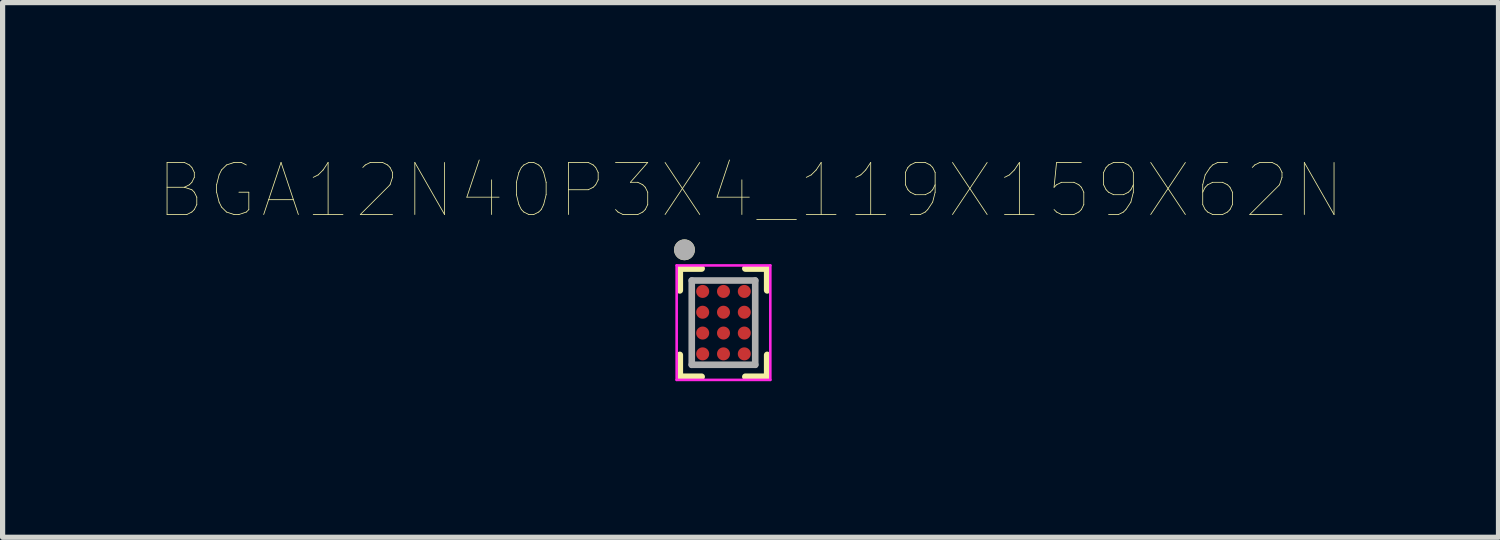
<source format=kicad_pcb>
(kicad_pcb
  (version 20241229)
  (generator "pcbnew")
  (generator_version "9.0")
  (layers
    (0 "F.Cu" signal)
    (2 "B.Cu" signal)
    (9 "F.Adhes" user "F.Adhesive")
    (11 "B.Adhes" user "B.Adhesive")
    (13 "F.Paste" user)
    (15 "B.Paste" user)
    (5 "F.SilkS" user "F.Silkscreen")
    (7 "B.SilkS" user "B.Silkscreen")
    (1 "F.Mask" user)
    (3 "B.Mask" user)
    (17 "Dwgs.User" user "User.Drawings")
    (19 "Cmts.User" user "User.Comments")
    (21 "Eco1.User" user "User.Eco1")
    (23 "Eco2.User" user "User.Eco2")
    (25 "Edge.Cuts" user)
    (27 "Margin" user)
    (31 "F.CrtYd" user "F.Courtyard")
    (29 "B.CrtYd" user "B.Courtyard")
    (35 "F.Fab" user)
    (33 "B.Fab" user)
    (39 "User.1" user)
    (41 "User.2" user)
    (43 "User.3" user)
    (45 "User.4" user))
  (footprint "BGA12N40P3X4_119X159X62N"
    (layer "F.Cu")
    (at 10.175 3.161)
    (property "Reference" "BGA12N40P3X4_119X159X62N" (at 1.2 -2.55 0) (layer "F.SilkS") (effects (font (size 1 1) (thickness 0.015))))
    (attr through_hole)
    (fp_line (start -0.16 -1.05) (end 0.26 -1.05) (stroke (width 0.127) (type solid)) (layer "F.SilkS"))
    (fp_line (start -0.16 -0.63) (end -0.16 -1.05) (stroke (width 0.127) (type solid)) (layer "F.SilkS"))
    (fp_line (start -0.16 1.03) (end -0.16 0.61) (stroke (width 0.127) (type solid)) (layer "F.SilkS"))
    (fp_line (start 0.26 1.03) (end -0.16 1.03) (stroke (width 0.127) (type solid)) (layer "F.SilkS"))
    (fp_line (start 1.52 -1.05) (end 1.1 -1.05) (stroke (width 0.127) (type solid)) (layer "F.SilkS"))
    (fp_line (start 1.52 -0.63) (end 1.52 -1.05) (stroke (width 0.127) (type solid)) (layer "F.SilkS"))
    (fp_line (start 1.52 0.61) (end 1.52 1.03) (stroke (width 0.127) (type solid)) (layer "F.SilkS"))
    (fp_line (start 1.52 1.03) (end 1.1 1.03) (stroke (width 0.127) (type solid)) (layer "F.SilkS"))
    (fp_circle (center -0.07 -1.41) (end -0.07 -1.31) (stroke (width 0.2) (type solid)) (fill no) (layer "F.SilkS"))
    (fp_line (start -0.22 -1.11) (end 1.58 -1.11) (stroke (width 0.05) (type solid)) (layer "F.CrtYd"))
    (fp_line (start -0.22 1.09) (end -0.22 -1.11) (stroke (width 0.05) (type solid)) (layer "F.CrtYd"))
    (fp_line (start 1.58 -1.11) (end 1.58 1.09) (stroke (width 0.05) (type solid)) (layer "F.CrtYd"))
    (fp_line (start 1.58 1.09) (end -0.22 1.09) (stroke (width 0.05) (type solid)) (layer "F.CrtYd"))
    (fp_line (start 0.07 -0.82) (end 1.29 -0.82) (stroke (width 0.127) (type solid)) (layer "F.Fab"))
    (fp_line (start 0.07 0.8) (end 0.07 -0.82) (stroke (width 0.127) (type solid)) (layer "F.Fab"))
    (fp_line (start 1.29 -0.82) (end 1.29 0.8) (stroke (width 0.127) (type solid)) (layer "F.Fab"))
    (fp_line (start 1.29 0.8) (end 0.07 0.8) (stroke (width 0.127) (type solid)) (layer "F.Fab"))
    (fp_circle (center -0.07 -1.41) (end -0.07 -1.31) (stroke (width 0.2) (type solid)) (fill no) (layer "F.Fab"))
    (pad "A1" smd circle (at 0.28 -0.61 270) (size 0.25 0.25) (layers "F.Cu" "F.Mask" "F.Paste"))
    (pad "A2" smd circle (at 0.68 -0.61 270) (size 0.25 0.25) (layers "F.Cu" "F.Mask" "F.Paste"))
    (pad "A3" smd circle (at 1.08 -0.61 270) (size 0.25 0.25) (layers "F.Cu" "F.Mask" "F.Paste"))
    (pad "B1" smd circle (at 0.28 -0.21 270) (size 0.25 0.25) (layers "F.Cu" "F.Mask" "F.Paste"))
    (pad "B2" smd circle (at 0.68 -0.21 270) (size 0.25 0.25) (layers "F.Cu" "F.Mask" "F.Paste"))
    (pad "B3" smd circle (at 1.08 -0.21 270) (size 0.25 0.25) (layers "F.Cu" "F.Mask" "F.Paste"))
    (pad "C1" smd circle (at 0.28 0.19 270) (size 0.25 0.25) (layers "F.Cu" "F.Mask" "F.Paste"))
    (pad "C2" smd circle (at 0.68 0.19 270) (size 0.25 0.25) (layers "F.Cu" "F.Mask" "F.Paste"))
    (pad "C3" smd circle (at 1.08 0.19 270) (size 0.25 0.25) (layers "F.Cu" "F.Mask" "F.Paste"))
    (pad "D1" smd circle (at 0.28 0.59 270) (size 0.25 0.25) (layers "F.Cu" "F.Mask" "F.Paste"))
    (pad "D2" smd circle (at 0.68 0.59 270) (size 0.25 0.25) (layers "F.Cu" "F.Mask" "F.Paste"))
    (pad "D3" smd circle (at 1.08 0.59 270) (size 0.25 0.25) (layers "F.Cu" "F.Mask" "F.Paste")))
  (gr_rect
    (start -3 -3)
    (end 25.75 7.276)
    (stroke (width 0.1) (type default))
    (fill no)
    (layer "Edge.Cuts")))
</source>
